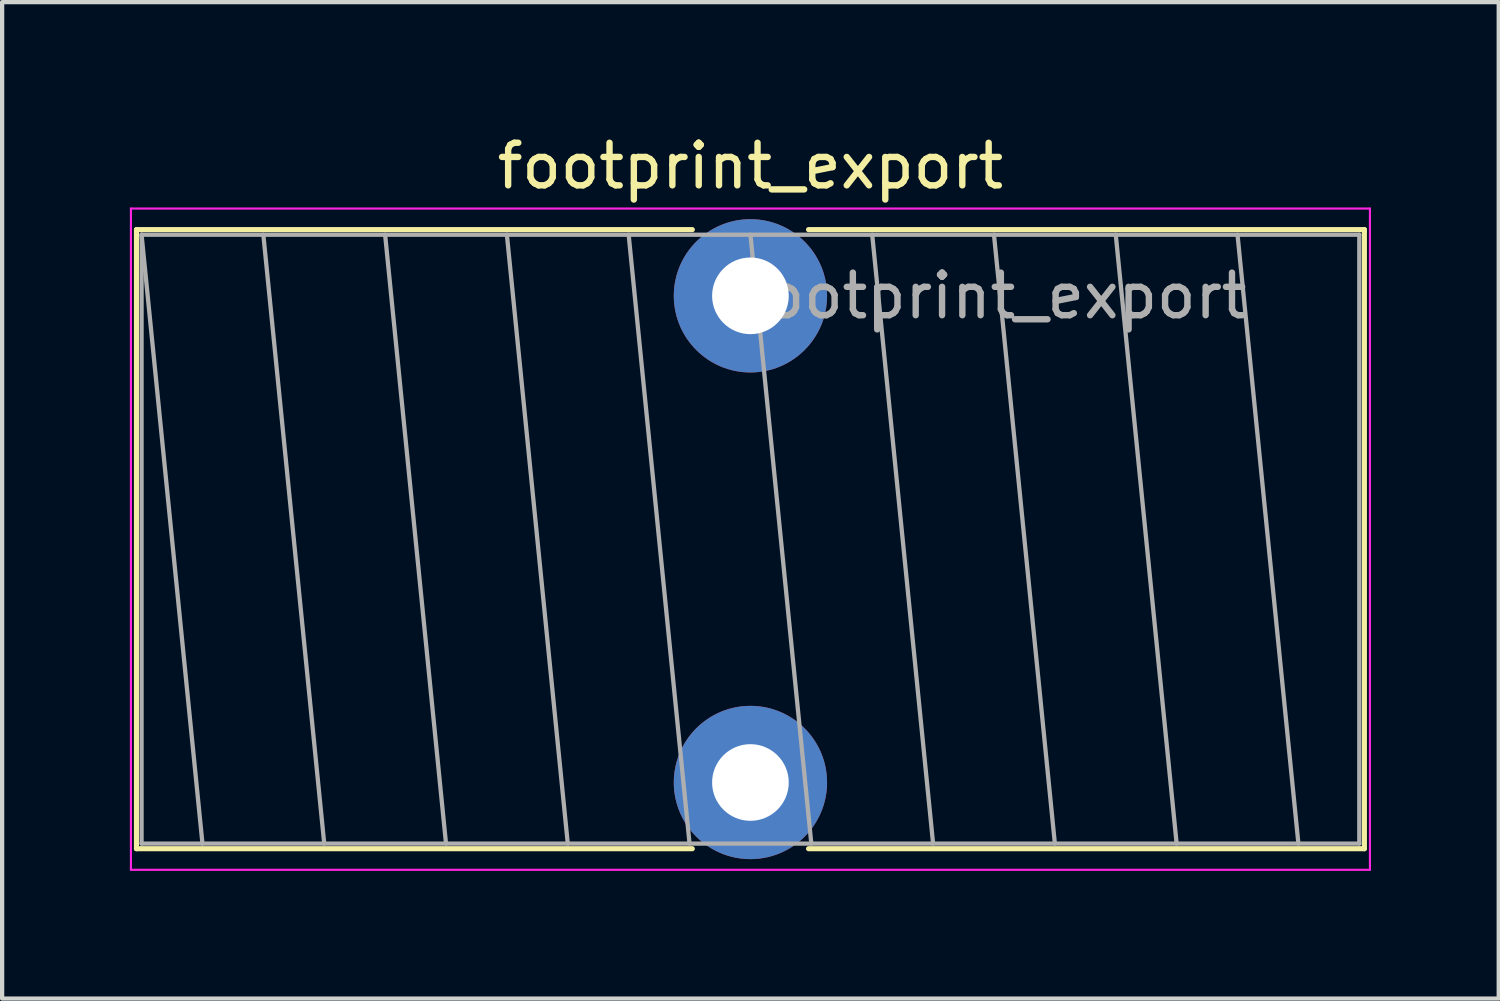
<source format=kicad_pcb>
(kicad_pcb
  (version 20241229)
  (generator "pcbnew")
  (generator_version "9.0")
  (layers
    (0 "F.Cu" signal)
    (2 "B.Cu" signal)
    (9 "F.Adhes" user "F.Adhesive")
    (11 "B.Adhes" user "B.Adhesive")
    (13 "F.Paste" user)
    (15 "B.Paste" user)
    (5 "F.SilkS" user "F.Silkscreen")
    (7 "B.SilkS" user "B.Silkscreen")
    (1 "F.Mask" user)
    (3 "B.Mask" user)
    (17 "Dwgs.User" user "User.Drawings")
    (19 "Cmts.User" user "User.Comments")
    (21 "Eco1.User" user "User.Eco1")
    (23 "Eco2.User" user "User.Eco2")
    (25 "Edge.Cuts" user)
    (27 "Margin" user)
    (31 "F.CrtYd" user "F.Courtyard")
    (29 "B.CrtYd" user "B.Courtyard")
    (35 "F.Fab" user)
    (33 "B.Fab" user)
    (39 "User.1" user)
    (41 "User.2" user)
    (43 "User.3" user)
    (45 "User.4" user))
  (footprint "footprint_export"
    (layer "F.Cu")
    (at 14.575 3.898)
    (property "Reference" "footprint_export" (at 0 -3.05 0) (layer "F.SilkS") (effects (font (size 1 1) (thickness 0.15))))
    (attr through_hole)
    (fp_line (start -14.42 -1.555) (end -14.42 12.985) (stroke (width 0.12) (type solid)) (layer "F.SilkS"))
    (fp_line (start -14.42 -1.555) (end -1.365 -1.555) (stroke (width 0.12) (type solid)) (layer "F.SilkS"))
    (fp_line (start -14.42 12.985) (end -1.365 12.985) (stroke (width 0.12) (type solid)) (layer "F.SilkS"))
    (fp_line (start 1.365 -1.555) (end 14.42 -1.555) (stroke (width 0.12) (type solid)) (layer "F.SilkS"))
    (fp_line (start 1.365 12.985) (end 14.42 12.985) (stroke (width 0.12) (type solid)) (layer "F.SilkS"))
    (fp_line (start 14.42 -1.555) (end 14.42 12.985) (stroke (width 0.12) (type solid)) (layer "F.SilkS"))
    (fp_line (start -14.55 -2.05) (end -14.55 13.48) (stroke (width 0.05) (type solid)) (layer "F.CrtYd"))
    (fp_line (start -14.55 13.48) (end 14.55 13.48) (stroke (width 0.05) (type solid)) (layer "F.CrtYd"))
    (fp_line (start 14.55 -2.05) (end -14.55 -2.05) (stroke (width 0.05) (type solid)) (layer "F.CrtYd"))
    (fp_line (start 14.55 13.48) (end 14.55 -2.05) (stroke (width 0.05) (type solid)) (layer "F.CrtYd"))
    (fp_line (start -14.3 -1.435) (end -14.3 12.865) (stroke (width 0.1) (type solid)) (layer "F.Fab"))
    (fp_line (start -14.3 -1.435) (end -12.87 12.865) (stroke (width 0.1) (type solid)) (layer "F.Fab"))
    (fp_line (start -14.3 12.865) (end 14.3 12.865) (stroke (width 0.1) (type solid)) (layer "F.Fab"))
    (fp_line (start -11.44 -1.435) (end -10.01 12.865) (stroke (width 0.1) (type solid)) (layer "F.Fab"))
    (fp_line (start -8.58 -1.435) (end -7.15 12.865) (stroke (width 0.1) (type solid)) (layer "F.Fab"))
    (fp_line (start -5.72 -1.435) (end -4.29 12.865) (stroke (width 0.1) (type solid)) (layer "F.Fab"))
    (fp_line (start -2.86 -1.435) (end -1.43 12.865) (stroke (width 0.1) (type solid)) (layer "F.Fab"))
    (fp_line (start 0 -1.435) (end 1.43 12.865) (stroke (width 0.1) (type solid)) (layer "F.Fab"))
    (fp_line (start 2.86 -1.435) (end 4.29 12.865) (stroke (width 0.1) (type solid)) (layer "F.Fab"))
    (fp_line (start 5.72 -1.435) (end 7.15 12.865) (stroke (width 0.1) (type solid)) (layer "F.Fab"))
    (fp_line (start 8.58 -1.435) (end 10.01 12.865) (stroke (width 0.1) (type solid)) (layer "F.Fab"))
    (fp_line (start 11.44 -1.435) (end 12.87 12.865) (stroke (width 0.1) (type solid)) (layer "F.Fab"))
    (fp_line (start 14.3 -1.435) (end -14.3 -1.435) (stroke (width 0.1) (type solid)) (layer "F.Fab"))
    (fp_line (start 14.3 12.865) (end 14.3 -1.435) (stroke (width 0.1) (type solid)) (layer "F.Fab"))
    (fp_text user "${REFERENCE}" (at 5.715 0 0) (layer "F.Fab") (effects (font (size 1 1) (thickness 0.15))))
    (pad "1" thru_hole circle (at 0 0) (size 3.6 3.6) (drill 1.8) (layers "*.Cu" "*.Mask"))
    (pad "2" thru_hole circle (at 0 11.43) (size 3.6 3.6) (drill 1.8) (layers "*.Cu" "*.Mask")))
  (gr_rect
    (start -3 -3)
    (end 32.15 20.403)
    (stroke (width 0.1) (type default))
    (fill no)
    (layer "Edge.Cuts")))
</source>
